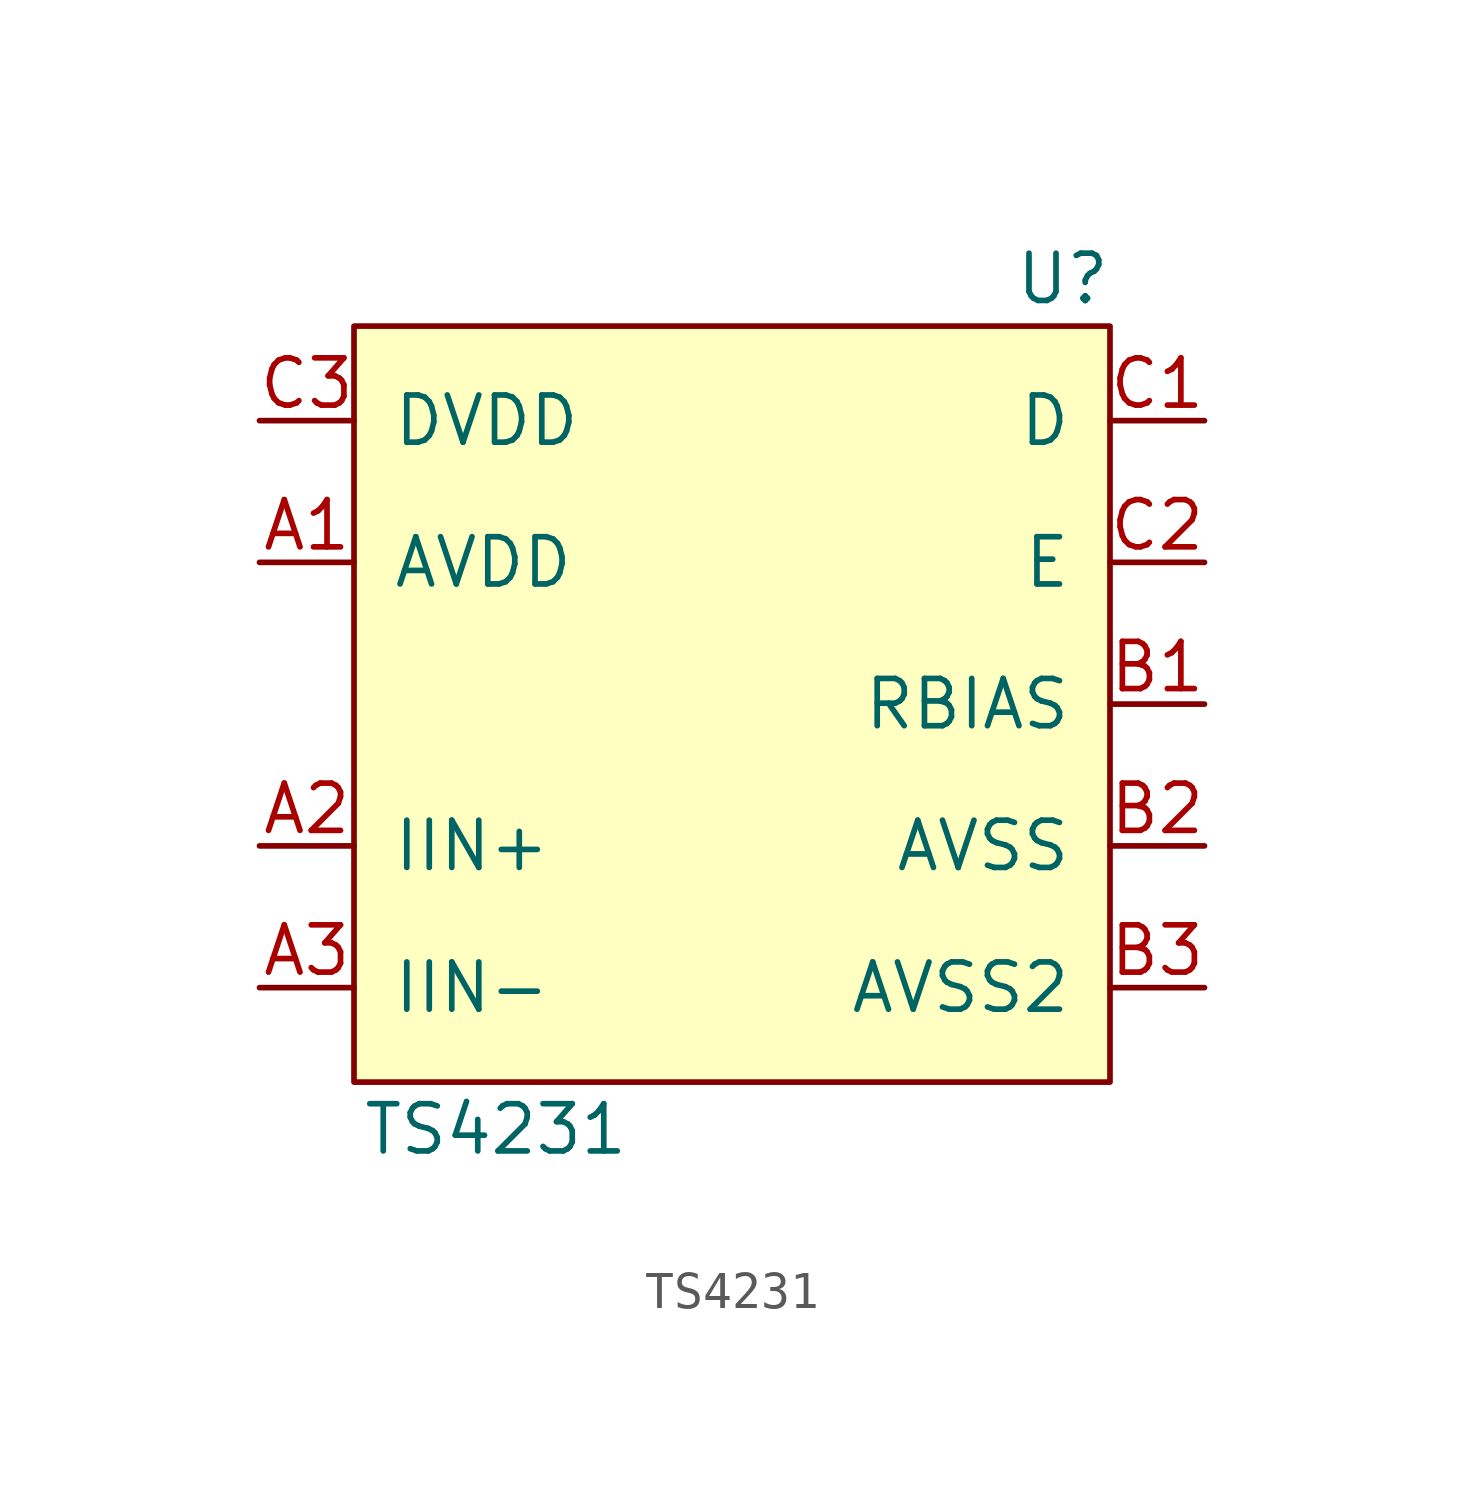
<source format=kicad_sym>
(kicad_symbol_lib
  (version 20231120)
  (generator "kicad_symbol_editor")
  (generator_version "8.0")
  (symbol "TS4231"
    (pin_names
      (offset 1.016))
    (property "Reference" "U"
      (at 2.54 -1.27 0)
      (effects (font (size 1.27 1.27))))
    (property "Value" "TS4231"
      (at -12.7 -24.13 0)
      (effects (font (size 1.27 1.27))))
    (symbol "TS4231_0_1"
      (rectangle (start 3.81 -2.54) (end -16.51 -22.86) (stroke (width 0) (type solid)) (fill (type background))))
    (symbol "TS4231_1_1"
      (pin power_in line (at -19.05 -8.89 0) (length 2.54) (name "AVDD" (effects (font (size 1.27 1.27)))) (number "A1" (effects (font (size 1.27 1.27)))))
      (pin input line (at -19.05 -16.51 0) (length 2.54) (name "IIN+" (effects (font (size 1.27 1.27)))) (number "A2" (effects (font (size 1.27 1.27)))))
      (pin input line (at -19.05 -20.32 0) (length 2.54) (name "IIN-" (effects (font (size 1.27 1.27)))) (number "A3" (effects (font (size 1.27 1.27)))))
      (pin passive line (at 6.35 -12.7 180) (length 2.54) (name "RBIAS" (effects (font (size 1.27 1.27)))) (number "B1" (effects (font (size 1.27 1.27)))))
      (pin power_in line (at 6.35 -16.51 180) (length 2.54) (name "AVSS" (effects (font (size 1.27 1.27)))) (number "B2" (effects (font (size 1.27 1.27)))))
      (pin power_in line (at 6.35 -20.32 180) (length 2.54) (name "AVSS2" (effects (font (size 1.27 1.27)))) (number "B3" (effects (font (size 1.27 1.27)))))
      (pin bidirectional line (at 6.35 -5.08 180) (length 2.54) (name "D" (effects (font (size 1.27 1.27)))) (number "C1" (effects (font (size 1.27 1.27)))))
      (pin bidirectional line (at 6.35 -8.89 180) (length 2.54) (name "E" (effects (font (size 1.27 1.27)))) (number "C2" (effects (font (size 1.27 1.27)))))
      (pin power_in line (at -19.05 -5.08 0) (length 2.54) (name "DVDD" (effects (font (size 1.27 1.27)))) (number "C3" (effects (font (size 1.27 1.27))))))))
</source>
